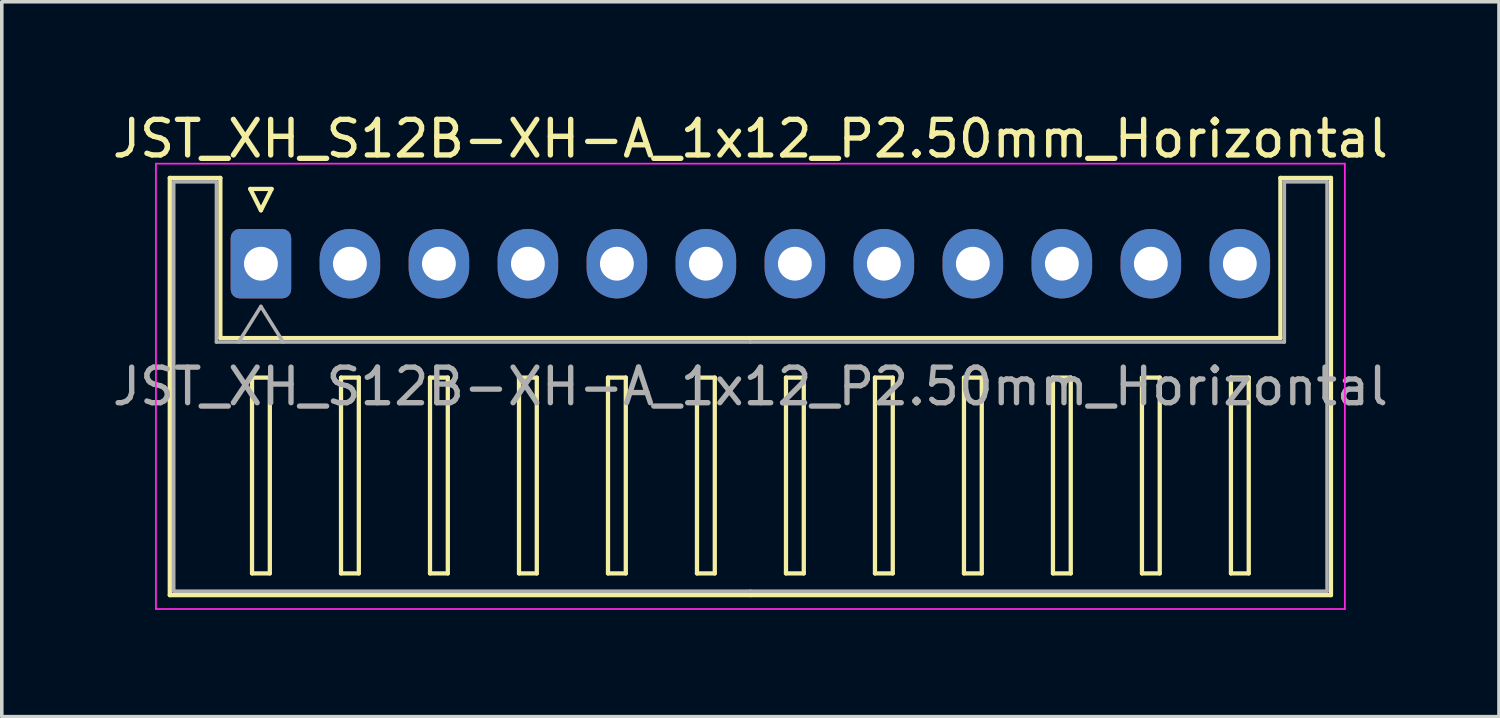
<source format=kicad_pcb>
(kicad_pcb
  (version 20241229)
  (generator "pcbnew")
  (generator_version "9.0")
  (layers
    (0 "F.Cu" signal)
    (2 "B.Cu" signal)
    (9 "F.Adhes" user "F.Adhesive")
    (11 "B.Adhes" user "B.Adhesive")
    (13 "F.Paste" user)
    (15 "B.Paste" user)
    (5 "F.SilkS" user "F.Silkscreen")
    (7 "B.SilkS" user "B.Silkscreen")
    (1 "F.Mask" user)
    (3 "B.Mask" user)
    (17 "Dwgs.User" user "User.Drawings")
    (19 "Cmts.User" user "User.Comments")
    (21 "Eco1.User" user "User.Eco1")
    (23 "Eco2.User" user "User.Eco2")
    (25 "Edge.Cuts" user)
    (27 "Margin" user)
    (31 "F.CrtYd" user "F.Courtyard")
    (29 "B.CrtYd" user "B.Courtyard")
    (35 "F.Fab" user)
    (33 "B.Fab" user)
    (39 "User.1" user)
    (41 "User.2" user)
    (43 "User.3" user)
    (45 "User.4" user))
  (footprint "JST_XH_S12B-XH-A_1x12_P2.50mm_Horizontal"
    (layer "F.Cu")
    (at 4.28 4.358)
    (property "Reference" "JST_XH_S12B-XH-A_1x12_P2.50mm_Horizontal" (at 13.75 -3.51 0) (layer "F.SilkS") (effects (font (size 1 1) (thickness 0.15))))
    (attr through_hole)
    (fp_line (start -2.56 -2.41) (end -1.14 -2.41) (stroke (width 0.12) (type solid)) (layer "F.SilkS"))
    (fp_line (start -2.56 9.31) (end -2.56 -2.41) (stroke (width 0.12) (type solid)) (layer "F.SilkS"))
    (fp_line (start -1.14 -2.41) (end -1.14 2.09) (stroke (width 0.12) (type solid)) (layer "F.SilkS"))
    (fp_line (start -1.14 2.09) (end 13.75 2.09) (stroke (width 0.12) (type solid)) (layer "F.SilkS"))
    (fp_line (start -0.3 -2.1) (end 0.3 -2.1) (stroke (width 0.12) (type solid)) (layer "F.SilkS"))
    (fp_line (start -0.25 3.2) (end -0.25 8.7) (stroke (width 0.12) (type solid)) (layer "F.SilkS"))
    (fp_line (start -0.25 8.7) (end 0.25 8.7) (stroke (width 0.12) (type solid)) (layer "F.SilkS"))
    (fp_line (start 0 -1.5) (end -0.3 -2.1) (stroke (width 0.12) (type solid)) (layer "F.SilkS"))
    (fp_line (start 0.25 3.2) (end -0.25 3.2) (stroke (width 0.12) (type solid)) (layer "F.SilkS"))
    (fp_line (start 0.25 8.7) (end 0.25 3.2) (stroke (width 0.12) (type solid)) (layer "F.SilkS"))
    (fp_line (start 0.3 -2.1) (end 0 -1.5) (stroke (width 0.12) (type solid)) (layer "F.SilkS"))
    (fp_line (start 2.25 3.2) (end 2.25 8.7) (stroke (width 0.12) (type solid)) (layer "F.SilkS"))
    (fp_line (start 2.25 8.7) (end 2.75 8.7) (stroke (width 0.12) (type solid)) (layer "F.SilkS"))
    (fp_line (start 2.75 3.2) (end 2.25 3.2) (stroke (width 0.12) (type solid)) (layer "F.SilkS"))
    (fp_line (start 2.75 8.7) (end 2.75 3.2) (stroke (width 0.12) (type solid)) (layer "F.SilkS"))
    (fp_line (start 4.75 3.2) (end 4.75 8.7) (stroke (width 0.12) (type solid)) (layer "F.SilkS"))
    (fp_line (start 4.75 8.7) (end 5.25 8.7) (stroke (width 0.12) (type solid)) (layer "F.SilkS"))
    (fp_line (start 5.25 3.2) (end 4.75 3.2) (stroke (width 0.12) (type solid)) (layer "F.SilkS"))
    (fp_line (start 5.25 8.7) (end 5.25 3.2) (stroke (width 0.12) (type solid)) (layer "F.SilkS"))
    (fp_line (start 7.25 3.2) (end 7.25 8.7) (stroke (width 0.12) (type solid)) (layer "F.SilkS"))
    (fp_line (start 7.25 8.7) (end 7.75 8.7) (stroke (width 0.12) (type solid)) (layer "F.SilkS"))
    (fp_line (start 7.75 3.2) (end 7.25 3.2) (stroke (width 0.12) (type solid)) (layer "F.SilkS"))
    (fp_line (start 7.75 8.7) (end 7.75 3.2) (stroke (width 0.12) (type solid)) (layer "F.SilkS"))
    (fp_line (start 9.75 3.2) (end 9.75 8.7) (stroke (width 0.12) (type solid)) (layer "F.SilkS"))
    (fp_line (start 9.75 8.7) (end 10.25 8.7) (stroke (width 0.12) (type solid)) (layer "F.SilkS"))
    (fp_line (start 10.25 3.2) (end 9.75 3.2) (stroke (width 0.12) (type solid)) (layer "F.SilkS"))
    (fp_line (start 10.25 8.7) (end 10.25 3.2) (stroke (width 0.12) (type solid)) (layer "F.SilkS"))
    (fp_line (start 12.25 3.2) (end 12.25 8.7) (stroke (width 0.12) (type solid)) (layer "F.SilkS"))
    (fp_line (start 12.25 8.7) (end 12.75 8.7) (stroke (width 0.12) (type solid)) (layer "F.SilkS"))
    (fp_line (start 12.75 3.2) (end 12.25 3.2) (stroke (width 0.12) (type solid)) (layer "F.SilkS"))
    (fp_line (start 12.75 8.7) (end 12.75 3.2) (stroke (width 0.12) (type solid)) (layer "F.SilkS"))
    (fp_line (start 13.75 9.31) (end -2.56 9.31) (stroke (width 0.12) (type solid)) (layer "F.SilkS"))
    (fp_line (start 13.75 9.31) (end 30.06 9.31) (stroke (width 0.12) (type solid)) (layer "F.SilkS"))
    (fp_line (start 14.75 3.2) (end 14.75 8.7) (stroke (width 0.12) (type solid)) (layer "F.SilkS"))
    (fp_line (start 14.75 8.7) (end 15.25 8.7) (stroke (width 0.12) (type solid)) (layer "F.SilkS"))
    (fp_line (start 15.25 3.2) (end 14.75 3.2) (stroke (width 0.12) (type solid)) (layer "F.SilkS"))
    (fp_line (start 15.25 8.7) (end 15.25 3.2) (stroke (width 0.12) (type solid)) (layer "F.SilkS"))
    (fp_line (start 17.25 3.2) (end 17.25 8.7) (stroke (width 0.12) (type solid)) (layer "F.SilkS"))
    (fp_line (start 17.25 8.7) (end 17.75 8.7) (stroke (width 0.12) (type solid)) (layer "F.SilkS"))
    (fp_line (start 17.75 3.2) (end 17.25 3.2) (stroke (width 0.12) (type solid)) (layer "F.SilkS"))
    (fp_line (start 17.75 8.7) (end 17.75 3.2) (stroke (width 0.12) (type solid)) (layer "F.SilkS"))
    (fp_line (start 19.75 3.2) (end 19.75 8.7) (stroke (width 0.12) (type solid)) (layer "F.SilkS"))
    (fp_line (start 19.75 8.7) (end 20.25 8.7) (stroke (width 0.12) (type solid)) (layer "F.SilkS"))
    (fp_line (start 20.25 3.2) (end 19.75 3.2) (stroke (width 0.12) (type solid)) (layer "F.SilkS"))
    (fp_line (start 20.25 8.7) (end 20.25 3.2) (stroke (width 0.12) (type solid)) (layer "F.SilkS"))
    (fp_line (start 22.25 3.2) (end 22.25 8.7) (stroke (width 0.12) (type solid)) (layer "F.SilkS"))
    (fp_line (start 22.25 8.7) (end 22.75 8.7) (stroke (width 0.12) (type solid)) (layer "F.SilkS"))
    (fp_line (start 22.75 3.2) (end 22.25 3.2) (stroke (width 0.12) (type solid)) (layer "F.SilkS"))
    (fp_line (start 22.75 8.7) (end 22.75 3.2) (stroke (width 0.12) (type solid)) (layer "F.SilkS"))
    (fp_line (start 24.75 3.2) (end 24.75 8.7) (stroke (width 0.12) (type solid)) (layer "F.SilkS"))
    (fp_line (start 24.75 8.7) (end 25.25 8.7) (stroke (width 0.12) (type solid)) (layer "F.SilkS"))
    (fp_line (start 25.25 3.2) (end 24.75 3.2) (stroke (width 0.12) (type solid)) (layer "F.SilkS"))
    (fp_line (start 25.25 8.7) (end 25.25 3.2) (stroke (width 0.12) (type solid)) (layer "F.SilkS"))
    (fp_line (start 27.25 3.2) (end 27.25 8.7) (stroke (width 0.12) (type solid)) (layer "F.SilkS"))
    (fp_line (start 27.25 8.7) (end 27.75 8.7) (stroke (width 0.12) (type solid)) (layer "F.SilkS"))
    (fp_line (start 27.75 3.2) (end 27.25 3.2) (stroke (width 0.12) (type solid)) (layer "F.SilkS"))
    (fp_line (start 27.75 8.7) (end 27.75 3.2) (stroke (width 0.12) (type solid)) (layer "F.SilkS"))
    (fp_line (start 28.64 -2.41) (end 28.64 2.09) (stroke (width 0.12) (type solid)) (layer "F.SilkS"))
    (fp_line (start 28.64 2.09) (end 13.75 2.09) (stroke (width 0.12) (type solid)) (layer "F.SilkS"))
    (fp_line (start 30.06 -2.41) (end 28.64 -2.41) (stroke (width 0.12) (type solid)) (layer "F.SilkS"))
    (fp_line (start 30.06 9.31) (end 30.06 -2.41) (stroke (width 0.12) (type solid)) (layer "F.SilkS"))
    (fp_line (start -2.95 -2.81) (end -2.95 9.7) (stroke (width 0.05) (type solid)) (layer "F.CrtYd"))
    (fp_line (start -2.95 9.7) (end 30.45 9.7) (stroke (width 0.05) (type solid)) (layer "F.CrtYd"))
    (fp_line (start 30.45 -2.81) (end -2.95 -2.81) (stroke (width 0.05) (type solid)) (layer "F.CrtYd"))
    (fp_line (start 30.45 9.7) (end 30.45 -2.81) (stroke (width 0.05) (type solid)) (layer "F.CrtYd"))
    (fp_line (start -2.45 -2.3) (end -1.25 -2.3) (stroke (width 0.1) (type solid)) (layer "F.Fab"))
    (fp_line (start -2.45 9.2) (end -2.45 -2.3) (stroke (width 0.1) (type solid)) (layer "F.Fab"))
    (fp_line (start -1.25 -2.3) (end -1.25 2.2) (stroke (width 0.1) (type solid)) (layer "F.Fab"))
    (fp_line (start -1.25 2.2) (end 13.75 2.2) (stroke (width 0.1) (type solid)) (layer "F.Fab"))
    (fp_line (start -0.625 2.2) (end 0 1.2) (stroke (width 0.1) (type solid)) (layer "F.Fab"))
    (fp_line (start 0 1.2) (end 0.625 2.2) (stroke (width 0.1) (type solid)) (layer "F.Fab"))
    (fp_line (start 13.75 9.2) (end -2.45 9.2) (stroke (width 0.1) (type solid)) (layer "F.Fab"))
    (fp_line (start 13.75 9.2) (end 29.95 9.2) (stroke (width 0.1) (type solid)) (layer "F.Fab"))
    (fp_line (start 28.75 -2.3) (end 28.75 2.2) (stroke (width 0.1) (type solid)) (layer "F.Fab"))
    (fp_line (start 28.75 2.2) (end 13.75 2.2) (stroke (width 0.1) (type solid)) (layer "F.Fab"))
    (fp_line (start 29.95 -2.3) (end 28.75 -2.3) (stroke (width 0.1) (type solid)) (layer "F.Fab"))
    (fp_line (start 29.95 9.2) (end 29.95 -2.3) (stroke (width 0.1) (type solid)) (layer "F.Fab"))
    (fp_text user "${REFERENCE}" (at 13.75 3.45 0) (layer "F.Fab") (effects (font (size 1 1) (thickness 0.15))))
    (pad "1" thru_hole roundrect (at 0 0) (size 1.7 1.95) (drill 0.95) (layers "*.Cu" "*.Mask") (roundrect_rratio 0.147))
    (pad "2" thru_hole oval (at 2.5 0) (size 1.7 1.95) (drill 0.95) (layers "*.Cu" "*.Mask"))
    (pad "3" thru_hole oval (at 5 0) (size 1.7 1.95) (drill 0.95) (layers "*.Cu" "*.Mask"))
    (pad "4" thru_hole oval (at 7.5 0) (size 1.7 1.95) (drill 0.95) (layers "*.Cu" "*.Mask"))
    (pad "5" thru_hole oval (at 10 0) (size 1.7 1.95) (drill 0.95) (layers "*.Cu" "*.Mask"))
    (pad "6" thru_hole oval (at 12.5 0) (size 1.7 1.95) (drill 0.95) (layers "*.Cu" "*.Mask"))
    (pad "7" thru_hole oval (at 15 0) (size 1.7 1.95) (drill 0.95) (layers "*.Cu" "*.Mask"))
    (pad "8" thru_hole oval (at 17.5 0) (size 1.7 1.95) (drill 0.95) (layers "*.Cu" "*.Mask"))
    (pad "9" thru_hole oval (at 20 0) (size 1.7 1.95) (drill 0.95) (layers "*.Cu" "*.Mask"))
    (pad "10" thru_hole oval (at 22.5 0) (size 1.7 1.95) (drill 0.95) (layers "*.Cu" "*.Mask"))
    (pad "11" thru_hole oval (at 25 0) (size 1.7 1.95) (drill 0.95) (layers "*.Cu" "*.Mask"))
    (pad "12" thru_hole oval (at 27.5 0) (size 1.7 1.95) (drill 0.95) (layers "*.Cu" "*.Mask")))
  (gr_rect
    (start -3 -3)
    (end 39.06 17.083)
    (stroke (width 0.1) (type default))
    (fill no)
    (layer "Edge.Cuts")))
</source>
